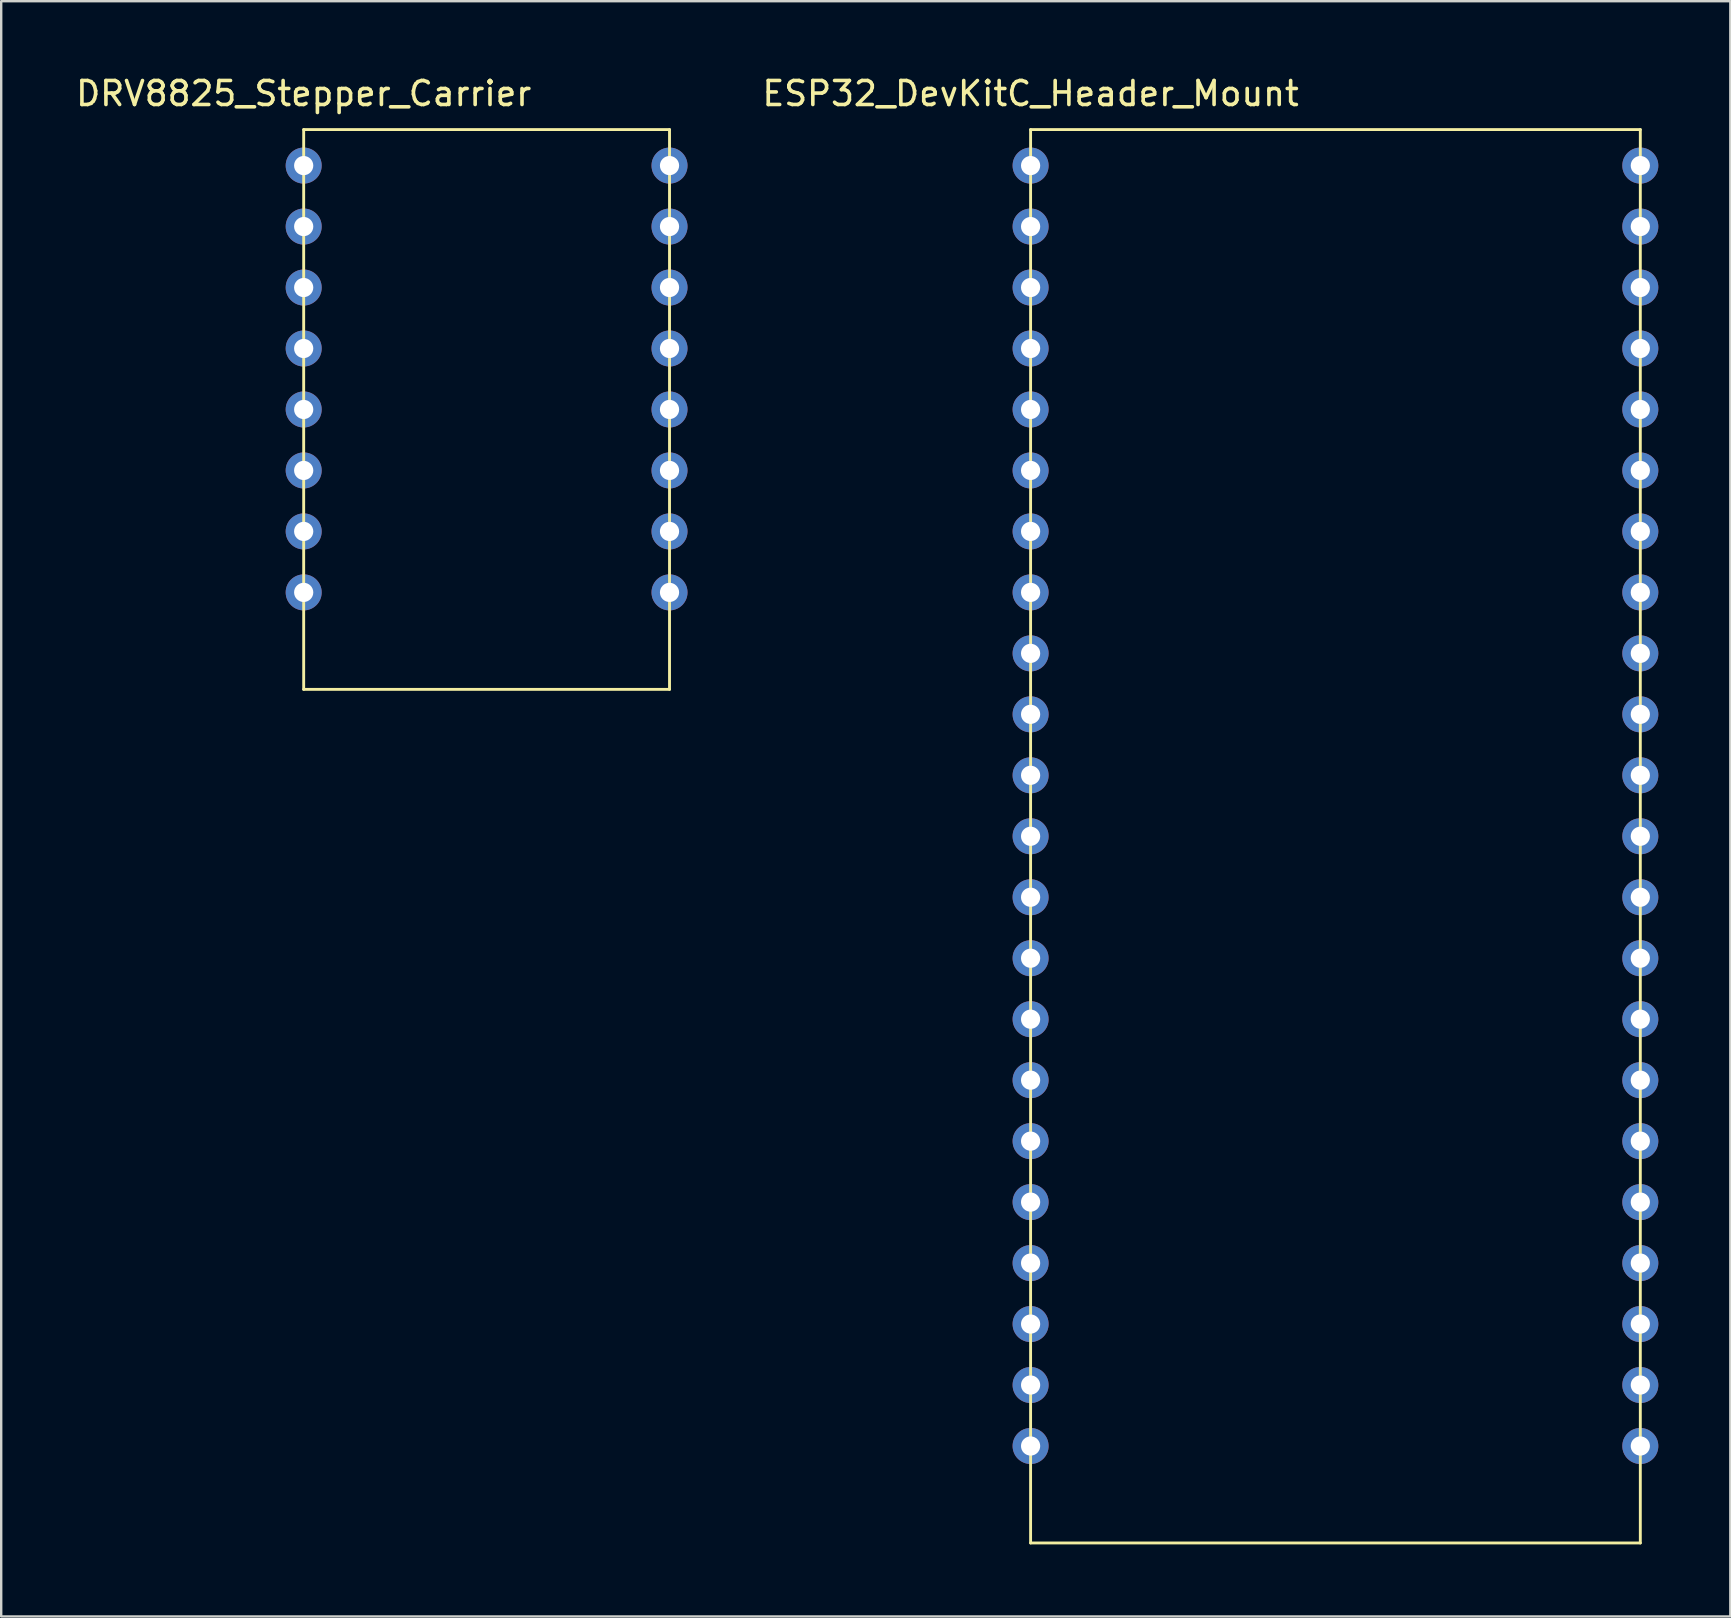
<source format=kicad_pcb>
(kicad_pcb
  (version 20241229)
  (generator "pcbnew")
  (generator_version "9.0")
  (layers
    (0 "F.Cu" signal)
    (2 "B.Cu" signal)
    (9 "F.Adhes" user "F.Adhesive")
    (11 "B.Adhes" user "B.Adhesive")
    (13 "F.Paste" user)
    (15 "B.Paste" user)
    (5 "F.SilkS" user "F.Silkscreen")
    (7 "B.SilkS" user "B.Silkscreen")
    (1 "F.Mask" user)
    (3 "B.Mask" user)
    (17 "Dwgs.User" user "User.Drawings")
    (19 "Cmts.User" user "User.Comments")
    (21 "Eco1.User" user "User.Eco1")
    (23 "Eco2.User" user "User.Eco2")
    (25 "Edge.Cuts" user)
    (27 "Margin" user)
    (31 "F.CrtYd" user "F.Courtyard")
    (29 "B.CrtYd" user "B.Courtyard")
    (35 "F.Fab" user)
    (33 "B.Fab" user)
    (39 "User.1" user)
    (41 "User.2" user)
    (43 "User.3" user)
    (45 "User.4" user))
  (footprint "ESP32_DevKitC_Header_Mount"
    (layer "F.Cu")
    (at 39.883 3.848)
    (property "Reference" "ESP32_DevKitC_Header_Mount" (at 0 -3 0) (layer "F.SilkS") (effects (font (size 1 1) (thickness 0.15))))
    (attr through_hole)
    (fp_line (start 0 -1.5) (end 0 57.38) (stroke (width 0.12) (type solid)) (layer "F.SilkS"))
    (fp_line (start 0 -1.5) (end 25.4 -1.5) (stroke (width 0.12) (type solid)) (layer "F.SilkS"))
    (fp_line (start 0 57.38) (end 25.4 57.38) (stroke (width 0.12) (type solid)) (layer "F.SilkS"))
    (fp_line (start 25.4 -1.5) (end 25.4 57.38) (stroke (width 0.12) (type solid)) (layer "F.SilkS"))
    (pad "1" thru_hole circle (at 0 0) (size 1.5 1.5) (drill 0.8) (layers "*.Cu" "*.Mask"))
    (pad "2" thru_hole circle (at 0 2.54) (size 1.5 1.5) (drill 0.8) (layers "*.Cu" "*.Mask"))
    (pad "3" thru_hole circle (at 0 5.08) (size 1.5 1.5) (drill 0.8) (layers "*.Cu" "*.Mask"))
    (pad "4" thru_hole circle (at 0 7.62) (size 1.5 1.5) (drill 0.8) (layers "*.Cu" "*.Mask"))
    (pad "5" thru_hole circle (at 0 10.16) (size 1.5 1.5) (drill 0.8) (layers "*.Cu" "*.Mask"))
    (pad "6" thru_hole circle (at 0 12.7) (size 1.5 1.5) (drill 0.8) (layers "*.Cu" "*.Mask"))
    (pad "7" thru_hole circle (at 0 15.24) (size 1.5 1.5) (drill 0.8) (layers "*.Cu" "*.Mask"))
    (pad "8" thru_hole circle (at 0 17.78) (size 1.5 1.5) (drill 0.8) (layers "*.Cu" "*.Mask"))
    (pad "9" thru_hole circle (at 0 20.32) (size 1.5 1.5) (drill 0.8) (layers "*.Cu" "*.Mask"))
    (pad "10" thru_hole circle (at 0 22.86) (size 1.5 1.5) (drill 0.8) (layers "*.Cu" "*.Mask"))
    (pad "11" thru_hole circle (at 0 25.4) (size 1.5 1.5) (drill 0.8) (layers "*.Cu" "*.Mask"))
    (pad "12" thru_hole circle (at 0 27.94) (size 1.5 1.5) (drill 0.8) (layers "*.Cu" "*.Mask"))
    (pad "13" thru_hole circle (at 0 30.48) (size 1.5 1.5) (drill 0.8) (layers "*.Cu" "*.Mask"))
    (pad "14" thru_hole circle (at 0 33.02) (size 1.5 1.5) (drill 0.8) (layers "*.Cu" "*.Mask"))
    (pad "15" thru_hole circle (at 0 35.56) (size 1.5 1.5) (drill 0.8) (layers "*.Cu" "*.Mask"))
    (pad "16" thru_hole circle (at 0 38.1) (size 1.5 1.5) (drill 0.8) (layers "*.Cu" "*.Mask"))
    (pad "17" thru_hole circle (at 0 40.64) (size 1.5 1.5) (drill 0.8) (layers "*.Cu" "*.Mask"))
    (pad "18" thru_hole circle (at 0 43.18) (size 1.5 1.5) (drill 0.8) (layers "*.Cu" "*.Mask"))
    (pad "19" thru_hole circle (at 0 45.72) (size 1.5 1.5) (drill 0.8) (layers "*.Cu" "*.Mask"))
    (pad "20" thru_hole circle (at 0 48.26) (size 1.5 1.5) (drill 0.8) (layers "*.Cu" "*.Mask"))
    (pad "21" thru_hole circle (at 0 50.8) (size 1.5 1.5) (drill 0.8) (layers "*.Cu" "*.Mask"))
    (pad "22" thru_hole circle (at 0 53.34) (size 1.5 1.5) (drill 0.8) (layers "*.Cu" "*.Mask"))
    (pad "23" thru_hole circle (at 25.4 0) (size 1.5 1.5) (drill 0.8) (layers "*.Cu" "*.Mask"))
    (pad "24" thru_hole circle (at 25.4 2.54) (size 1.5 1.5) (drill 0.8) (layers "*.Cu" "*.Mask"))
    (pad "25" thru_hole circle (at 25.4 5.08) (size 1.5 1.5) (drill 0.8) (layers "*.Cu" "*.Mask"))
    (pad "26" thru_hole circle (at 25.4 7.62) (size 1.5 1.5) (drill 0.8) (layers "*.Cu" "*.Mask"))
    (pad "27" thru_hole circle (at 25.4 10.16) (size 1.5 1.5) (drill 0.8) (layers "*.Cu" "*.Mask"))
    (pad "28" thru_hole circle (at 25.4 12.7) (size 1.5 1.5) (drill 0.8) (layers "*.Cu" "*.Mask"))
    (pad "29" thru_hole circle (at 25.4 15.24) (size 1.5 1.5) (drill 0.8) (layers "*.Cu" "*.Mask"))
    (pad "30" thru_hole circle (at 25.4 17.78) (size 1.5 1.5) (drill 0.8) (layers "*.Cu" "*.Mask"))
    (pad "31" thru_hole circle (at 25.4 20.32) (size 1.5 1.5) (drill 0.8) (layers "*.Cu" "*.Mask"))
    (pad "32" thru_hole circle (at 25.4 22.86) (size 1.5 1.5) (drill 0.8) (layers "*.Cu" "*.Mask"))
    (pad "33" thru_hole circle (at 25.4 25.4) (size 1.5 1.5) (drill 0.8) (layers "*.Cu" "*.Mask"))
    (pad "34" thru_hole circle (at 25.4 27.94) (size 1.5 1.5) (drill 0.8) (layers "*.Cu" "*.Mask"))
    (pad "35" thru_hole circle (at 25.4 30.48) (size 1.5 1.5) (drill 0.8) (layers "*.Cu" "*.Mask"))
    (pad "36" thru_hole circle (at 25.4 33.02) (size 1.5 1.5) (drill 0.8) (layers "*.Cu" "*.Mask"))
    (pad "37" thru_hole circle (at 25.4 35.56) (size 1.5 1.5) (drill 0.8) (layers "*.Cu" "*.Mask"))
    (pad "38" thru_hole circle (at 25.4 38.1) (size 1.5 1.5) (drill 0.8) (layers "*.Cu" "*.Mask"))
    (pad "39" thru_hole circle (at 25.4 40.64) (size 1.5 1.5) (drill 0.8) (layers "*.Cu" "*.Mask"))
    (pad "40" thru_hole circle (at 25.4 43.18) (size 1.5 1.5) (drill 0.8) (layers "*.Cu" "*.Mask"))
    (pad "41" thru_hole circle (at 25.4 45.72) (size 1.5 1.5) (drill 0.8) (layers "*.Cu" "*.Mask"))
    (pad "42" thru_hole circle (at 25.4 48.26) (size 1.5 1.5) (drill 0.8) (layers "*.Cu" "*.Mask"))
    (pad "43" thru_hole circle (at 25.4 50.8) (size 1.5 1.5) (drill 0.8) (layers "*.Cu" "*.Mask"))
    (pad "44" thru_hole circle (at 25.4 53.34) (size 1.5 1.5) (drill 0.8) (layers "*.Cu" "*.Mask")))
  (footprint "DRV8825_Stepper_Carrier"
    (layer "F.Cu")
    (at 9.601 3.848)
    (property "Reference" "DRV8825_Stepper_Carrier" (at 0 -3 0) (layer "F.SilkS") (effects (font (size 1 1) (thickness 0.15))))
    (attr through_hole)
    (fp_line (start 0 -1.5) (end 0 21.82) (stroke (width 0.12) (type solid)) (layer "F.SilkS"))
    (fp_line (start 0 -1.5) (end 15.24 -1.5) (stroke (width 0.12) (type solid)) (layer "F.SilkS"))
    (fp_line (start 0 21.82) (end 15.24 21.82) (stroke (width 0.12) (type solid)) (layer "F.SilkS"))
    (fp_line (start 15.24 -1.5) (end 15.24 21.82) (stroke (width 0.12) (type solid)) (layer "F.SilkS"))
    (pad "1" thru_hole circle (at 0 0) (size 1.5 1.5) (drill 0.8) (layers "*.Cu" "*.Mask"))
    (pad "2" thru_hole circle (at 0 2.54) (size 1.5 1.5) (drill 0.8) (layers "*.Cu" "*.Mask"))
    (pad "3" thru_hole circle (at 0 5.08) (size 1.5 1.5) (drill 0.8) (layers "*.Cu" "*.Mask"))
    (pad "4" thru_hole circle (at 0 7.62) (size 1.5 1.5) (drill 0.8) (layers "*.Cu" "*.Mask"))
    (pad "5" thru_hole circle (at 0 10.16) (size 1.5 1.5) (drill 0.8) (layers "*.Cu" "*.Mask"))
    (pad "6" thru_hole circle (at 0 12.7) (size 1.5 1.5) (drill 0.8) (layers "*.Cu" "*.Mask"))
    (pad "7" thru_hole circle (at 0 15.24) (size 1.5 1.5) (drill 0.8) (layers "*.Cu" "*.Mask"))
    (pad "8" thru_hole circle (at 0 17.78) (size 1.5 1.5) (drill 0.8) (layers "*.Cu" "*.Mask"))
    (pad "9" thru_hole circle (at 15.24 0) (size 1.5 1.5) (drill 0.8) (layers "*.Cu" "*.Mask"))
    (pad "10" thru_hole circle (at 15.24 2.54) (size 1.5 1.5) (drill 0.8) (layers "*.Cu" "*.Mask"))
    (pad "11" thru_hole circle (at 15.24 5.08) (size 1.5 1.5) (drill 0.8) (layers "*.Cu" "*.Mask"))
    (pad "12" thru_hole circle (at 15.24 7.62) (size 1.5 1.5) (drill 0.8) (layers "*.Cu" "*.Mask"))
    (pad "13" thru_hole circle (at 15.24 10.16) (size 1.5 1.5) (drill 0.8) (layers "*.Cu" "*.Mask"))
    (pad "14" thru_hole circle (at 15.24 12.7) (size 1.5 1.5) (drill 0.8) (layers "*.Cu" "*.Mask"))
    (pad "15" thru_hole circle (at 15.24 15.24) (size 1.5 1.5) (drill 0.8) (layers "*.Cu" "*.Mask"))
    (pad "16" thru_hole circle (at 15.24 17.78) (size 1.5 1.5) (drill 0.8) (layers "*.Cu" "*.Mask")))
  (gr_rect
    (start -3 -3)
    (end 69.033 64.288)
    (stroke (width 0.1) (type default))
    (fill no)
    (layer "Edge.Cuts")))
</source>
